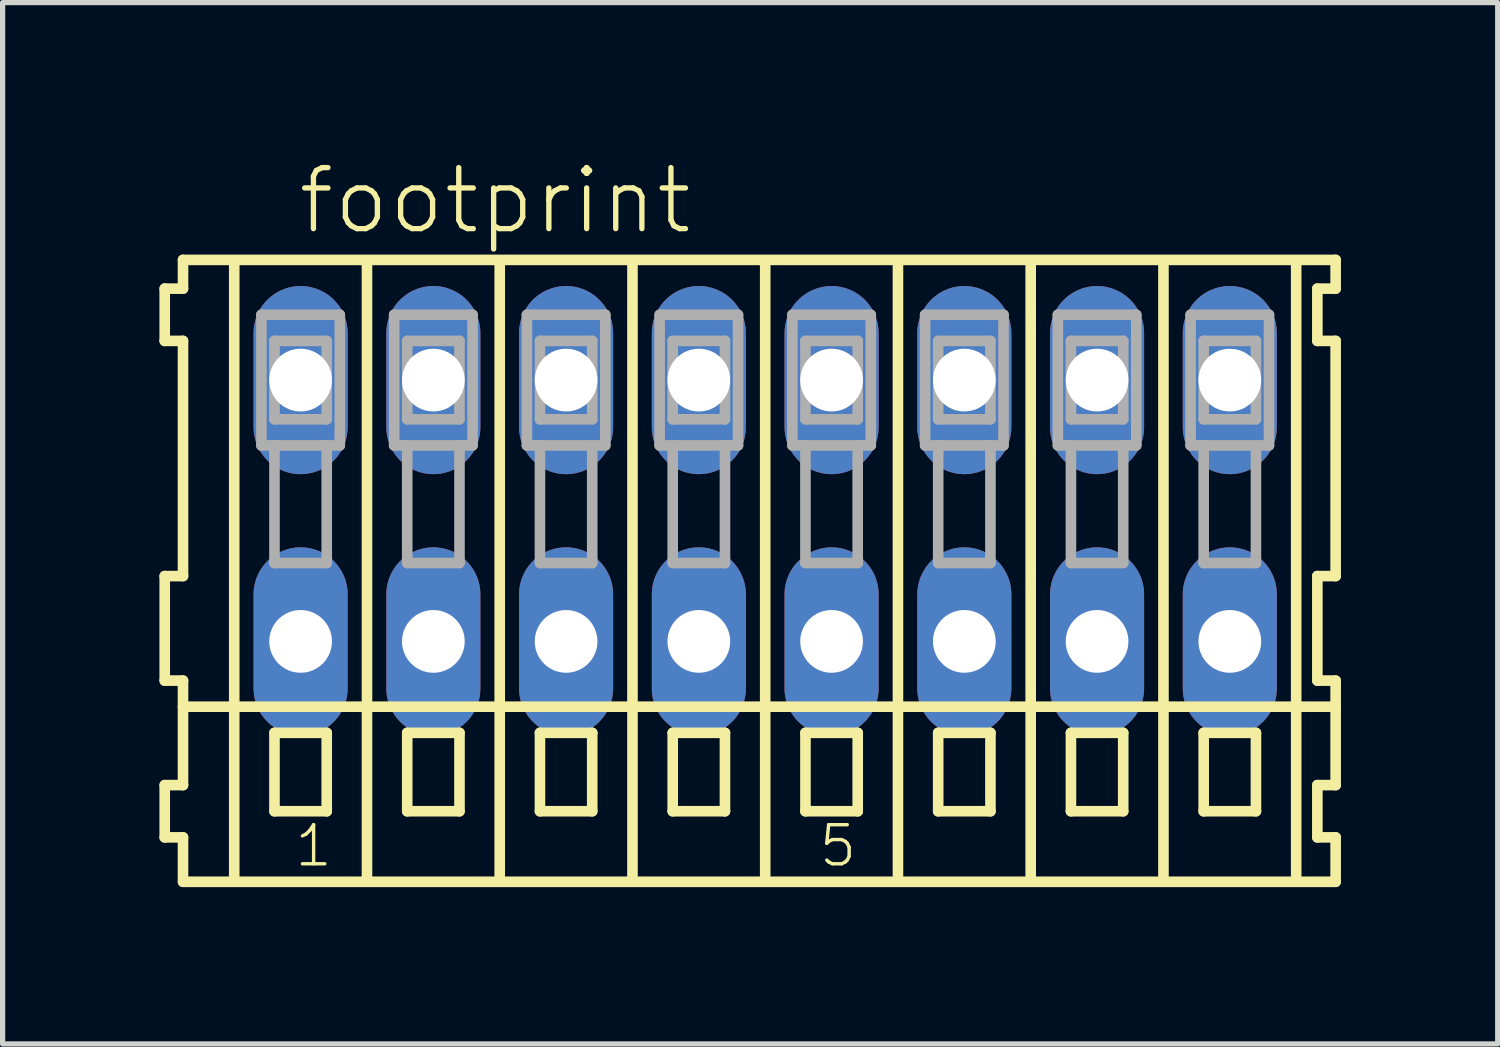
<source format=kicad_pcb>
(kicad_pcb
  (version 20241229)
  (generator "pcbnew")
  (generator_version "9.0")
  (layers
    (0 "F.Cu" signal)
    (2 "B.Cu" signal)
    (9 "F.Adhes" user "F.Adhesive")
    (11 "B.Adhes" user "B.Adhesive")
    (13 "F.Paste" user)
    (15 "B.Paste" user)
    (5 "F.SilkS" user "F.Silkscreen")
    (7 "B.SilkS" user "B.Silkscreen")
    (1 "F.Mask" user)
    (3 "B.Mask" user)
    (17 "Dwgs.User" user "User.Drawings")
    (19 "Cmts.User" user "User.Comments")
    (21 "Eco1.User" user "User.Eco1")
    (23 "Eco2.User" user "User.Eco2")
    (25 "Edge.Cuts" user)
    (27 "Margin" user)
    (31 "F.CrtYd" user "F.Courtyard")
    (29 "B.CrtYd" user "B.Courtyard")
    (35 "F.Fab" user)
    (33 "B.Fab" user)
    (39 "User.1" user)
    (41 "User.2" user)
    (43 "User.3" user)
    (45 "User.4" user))
  (footprint "footprint"
    (layer "F.Cu")
    (at 11.592 6.723)
    (property "Reference" "footprint" (at -8.99 -5.25 0) (layer "F.SilkS") (effects (font (size 1.168 1.168) (thickness 0.102)) (justify left bottom)))
    (fp_line (start -11.49 -4.25) (end -11.49 -3.25) (stroke (width 0.203) (type solid)) (layer "F.SilkS"))
    (fp_line (start -11.49 -3.25) (end -11.14 -3.25) (stroke (width 0.203) (type solid)) (layer "F.SilkS"))
    (fp_line (start -11.49 1.25) (end -11.49 3.25) (stroke (width 0.203) (type solid)) (layer "F.SilkS"))
    (fp_line (start -11.49 3.25) (end -11.14 3.25) (stroke (width 0.203) (type solid)) (layer "F.SilkS"))
    (fp_line (start -11.49 5.25) (end -11.49 6.25) (stroke (width 0.203) (type solid)) (layer "F.SilkS"))
    (fp_line (start -11.49 6.25) (end -11.14 6.25) (stroke (width 0.203) (type solid)) (layer "F.SilkS"))
    (fp_line (start -11.14 -4.8) (end -11.14 -4.25) (stroke (width 0.203) (type solid)) (layer "F.SilkS"))
    (fp_line (start -11.14 -4.25) (end -11.49 -4.25) (stroke (width 0.203) (type solid)) (layer "F.SilkS"))
    (fp_line (start -11.14 -3.25) (end -11.14 1.25) (stroke (width 0.203) (type solid)) (layer "F.SilkS"))
    (fp_line (start -11.14 1.25) (end -11.49 1.25) (stroke (width 0.203) (type solid)) (layer "F.SilkS"))
    (fp_line (start -11.14 3.25) (end -11.14 5.25) (stroke (width 0.203) (type solid)) (layer "F.SilkS"))
    (fp_line (start -11.14 3.75) (end 10.915 3.75) (stroke (width 0.203) (type solid)) (layer "F.SilkS"))
    (fp_line (start -11.14 5.25) (end -11.49 5.25) (stroke (width 0.203) (type solid)) (layer "F.SilkS"))
    (fp_line (start -11.14 6.25) (end -11.14 7.1) (stroke (width 0.203) (type solid)) (layer "F.SilkS"))
    (fp_line (start -11.14 7.1) (end 10.915 7.1) (stroke (width 0.203) (type solid)) (layer "F.SilkS"))
    (fp_line (start -10.16 6.985) (end -10.16 -4.699) (stroke (width 0.203) (type solid)) (layer "F.SilkS"))
    (fp_line (start -9.39 4.25) (end -9.39 5.75) (stroke (width 0.203) (type solid)) (layer "F.SilkS"))
    (fp_line (start -9.39 5.75) (end -8.39 5.75) (stroke (width 0.203) (type solid)) (layer "F.SilkS"))
    (fp_line (start -8.39 4.25) (end -9.39 4.25) (stroke (width 0.203) (type solid)) (layer "F.SilkS"))
    (fp_line (start -8.39 5.75) (end -8.39 4.25) (stroke (width 0.203) (type solid)) (layer "F.SilkS"))
    (fp_line (start -7.62 6.985) (end -7.62 -4.699) (stroke (width 0.203) (type solid)) (layer "F.SilkS"))
    (fp_line (start -6.85 4.25) (end -6.85 5.75) (stroke (width 0.203) (type solid)) (layer "F.SilkS"))
    (fp_line (start -6.85 5.75) (end -5.85 5.75) (stroke (width 0.203) (type solid)) (layer "F.SilkS"))
    (fp_line (start -5.85 4.25) (end -6.85 4.25) (stroke (width 0.203) (type solid)) (layer "F.SilkS"))
    (fp_line (start -5.85 5.75) (end -5.85 4.25) (stroke (width 0.203) (type solid)) (layer "F.SilkS"))
    (fp_line (start -5.08 6.985) (end -5.08 -4.699) (stroke (width 0.203) (type solid)) (layer "F.SilkS"))
    (fp_line (start -4.31 4.25) (end -4.31 5.75) (stroke (width 0.203) (type solid)) (layer "F.SilkS"))
    (fp_line (start -4.31 5.75) (end -3.31 5.75) (stroke (width 0.203) (type solid)) (layer "F.SilkS"))
    (fp_line (start -3.31 4.25) (end -4.31 4.25) (stroke (width 0.203) (type solid)) (layer "F.SilkS"))
    (fp_line (start -3.31 5.75) (end -3.31 4.25) (stroke (width 0.203) (type solid)) (layer "F.SilkS"))
    (fp_line (start -2.54 6.985) (end -2.54 -4.699) (stroke (width 0.203) (type solid)) (layer "F.SilkS"))
    (fp_line (start -1.77 4.25) (end -1.77 5.75) (stroke (width 0.203) (type solid)) (layer "F.SilkS"))
    (fp_line (start -1.77 5.75) (end -0.77 5.75) (stroke (width 0.203) (type solid)) (layer "F.SilkS"))
    (fp_line (start -0.77 4.25) (end -1.77 4.25) (stroke (width 0.203) (type solid)) (layer "F.SilkS"))
    (fp_line (start -0.77 5.75) (end -0.77 4.25) (stroke (width 0.203) (type solid)) (layer "F.SilkS"))
    (fp_line (start 0 6.985) (end 0 -4.699) (stroke (width 0.203) (type solid)) (layer "F.SilkS"))
    (fp_line (start 0.77 4.25) (end 0.77 5.75) (stroke (width 0.203) (type solid)) (layer "F.SilkS"))
    (fp_line (start 0.77 5.75) (end 1.77 5.75) (stroke (width 0.203) (type solid)) (layer "F.SilkS"))
    (fp_line (start 1.77 4.25) (end 0.77 4.25) (stroke (width 0.203) (type solid)) (layer "F.SilkS"))
    (fp_line (start 1.77 5.75) (end 1.77 4.25) (stroke (width 0.203) (type solid)) (layer "F.SilkS"))
    (fp_line (start 2.54 6.985) (end 2.54 -4.699) (stroke (width 0.203) (type solid)) (layer "F.SilkS"))
    (fp_line (start 3.31 4.25) (end 3.31 5.75) (stroke (width 0.203) (type solid)) (layer "F.SilkS"))
    (fp_line (start 3.31 5.75) (end 4.31 5.75) (stroke (width 0.203) (type solid)) (layer "F.SilkS"))
    (fp_line (start 4.31 4.25) (end 3.31 4.25) (stroke (width 0.203) (type solid)) (layer "F.SilkS"))
    (fp_line (start 4.31 5.75) (end 4.31 4.25) (stroke (width 0.203) (type solid)) (layer "F.SilkS"))
    (fp_line (start 5.08 6.985) (end 5.08 -4.699) (stroke (width 0.203) (type solid)) (layer "F.SilkS"))
    (fp_line (start 5.85 4.25) (end 5.85 5.75) (stroke (width 0.203) (type solid)) (layer "F.SilkS"))
    (fp_line (start 5.85 5.75) (end 6.85 5.75) (stroke (width 0.203) (type solid)) (layer "F.SilkS"))
    (fp_line (start 6.85 4.25) (end 5.85 4.25) (stroke (width 0.203) (type solid)) (layer "F.SilkS"))
    (fp_line (start 6.85 5.75) (end 6.85 4.25) (stroke (width 0.203) (type solid)) (layer "F.SilkS"))
    (fp_line (start 7.62 6.985) (end 7.62 -4.699) (stroke (width 0.203) (type solid)) (layer "F.SilkS"))
    (fp_line (start 8.39 4.25) (end 8.39 5.75) (stroke (width 0.203) (type solid)) (layer "F.SilkS"))
    (fp_line (start 8.39 5.75) (end 9.39 5.75) (stroke (width 0.203) (type solid)) (layer "F.SilkS"))
    (fp_line (start 9.39 4.25) (end 8.39 4.25) (stroke (width 0.203) (type solid)) (layer "F.SilkS"))
    (fp_line (start 9.39 5.75) (end 9.39 4.25) (stroke (width 0.203) (type solid)) (layer "F.SilkS"))
    (fp_line (start 10.16 6.985) (end 10.16 -4.699) (stroke (width 0.203) (type solid)) (layer "F.SilkS"))
    (fp_line (start 10.565 -4.25) (end 10.565 -3.25) (stroke (width 0.203) (type solid)) (layer "F.SilkS"))
    (fp_line (start 10.565 -3.25) (end 10.915 -3.25) (stroke (width 0.203) (type solid)) (layer "F.SilkS"))
    (fp_line (start 10.565 1.25) (end 10.565 3.25) (stroke (width 0.203) (type solid)) (layer "F.SilkS"))
    (fp_line (start 10.565 3.25) (end 10.915 3.25) (stroke (width 0.203) (type solid)) (layer "F.SilkS"))
    (fp_line (start 10.565 5.25) (end 10.565 6.25) (stroke (width 0.203) (type solid)) (layer "F.SilkS"))
    (fp_line (start 10.565 6.25) (end 10.915 6.25) (stroke (width 0.203) (type solid)) (layer "F.SilkS"))
    (fp_line (start 10.915 -4.8) (end -11.14 -4.8) (stroke (width 0.203) (type solid)) (layer "F.SilkS"))
    (fp_line (start 10.915 -4.25) (end 10.565 -4.25) (stroke (width 0.203) (type solid)) (layer "F.SilkS"))
    (fp_line (start 10.915 -4.25) (end 10.915 -4.8) (stroke (width 0.203) (type solid)) (layer "F.SilkS"))
    (fp_line (start 10.915 1.25) (end 10.565 1.25) (stroke (width 0.203) (type solid)) (layer "F.SilkS"))
    (fp_line (start 10.915 1.25) (end 10.915 -3.25) (stroke (width 0.203) (type solid)) (layer "F.SilkS"))
    (fp_line (start 10.915 3.75) (end 10.915 3.25) (stroke (width 0.203) (type solid)) (layer "F.SilkS"))
    (fp_line (start 10.915 5.25) (end 10.565 5.25) (stroke (width 0.203) (type solid)) (layer "F.SilkS"))
    (fp_line (start 10.915 5.25) (end 10.915 3.75) (stroke (width 0.203) (type solid)) (layer "F.SilkS"))
    (fp_line (start 10.915 7.1) (end 10.915 6.25) (stroke (width 0.203) (type solid)) (layer "F.SilkS"))
    (fp_line (start -9.64 -3.75) (end -9.64 -1.25) (stroke (width 0.203) (type solid)) (layer "F.Fab"))
    (fp_line (start -9.64 -1.25) (end -9.39 -1.25) (stroke (width 0.203) (type solid)) (layer "F.Fab"))
    (fp_line (start -9.39 -3.25) (end -9.39 -1.75) (stroke (width 0.203) (type solid)) (layer "F.Fab"))
    (fp_line (start -9.39 -1.75) (end -8.39 -1.75) (stroke (width 0.203) (type solid)) (layer "F.Fab"))
    (fp_line (start -9.39 -1.25) (end -9.39 1) (stroke (width 0.203) (type solid)) (layer "F.Fab"))
    (fp_line (start -9.39 -1.25) (end -8.39 -1.25) (stroke (width 0.203) (type solid)) (layer "F.Fab"))
    (fp_line (start -9.39 1) (end -8.39 1) (stroke (width 0.203) (type solid)) (layer "F.Fab"))
    (fp_line (start -8.39 -3.25) (end -9.39 -3.25) (stroke (width 0.203) (type solid)) (layer "F.Fab"))
    (fp_line (start -8.39 -1.75) (end -8.39 -3.25) (stroke (width 0.203) (type solid)) (layer "F.Fab"))
    (fp_line (start -8.39 -1.25) (end -8.14 -1.25) (stroke (width 0.203) (type solid)) (layer "F.Fab"))
    (fp_line (start -8.39 1) (end -8.39 -1.25) (stroke (width 0.203) (type solid)) (layer "F.Fab"))
    (fp_line (start -8.14 -3.75) (end -9.64 -3.75) (stroke (width 0.203) (type solid)) (layer "F.Fab"))
    (fp_line (start -8.14 -1.25) (end -8.14 -3.75) (stroke (width 0.203) (type solid)) (layer "F.Fab"))
    (fp_line (start -7.1 -3.75) (end -7.1 -1.25) (stroke (width 0.203) (type solid)) (layer "F.Fab"))
    (fp_line (start -7.1 -1.25) (end -6.85 -1.25) (stroke (width 0.203) (type solid)) (layer "F.Fab"))
    (fp_line (start -6.85 -3.25) (end -6.85 -1.75) (stroke (width 0.203) (type solid)) (layer "F.Fab"))
    (fp_line (start -6.85 -1.75) (end -5.85 -1.75) (stroke (width 0.203) (type solid)) (layer "F.Fab"))
    (fp_line (start -6.85 -1.25) (end -6.85 1) (stroke (width 0.203) (type solid)) (layer "F.Fab"))
    (fp_line (start -6.85 -1.25) (end -5.85 -1.25) (stroke (width 0.203) (type solid)) (layer "F.Fab"))
    (fp_line (start -6.85 1) (end -5.85 1) (stroke (width 0.203) (type solid)) (layer "F.Fab"))
    (fp_line (start -5.85 -3.25) (end -6.85 -3.25) (stroke (width 0.203) (type solid)) (layer "F.Fab"))
    (fp_line (start -5.85 -1.75) (end -5.85 -3.25) (stroke (width 0.203) (type solid)) (layer "F.Fab"))
    (fp_line (start -5.85 -1.25) (end -5.6 -1.25) (stroke (width 0.203) (type solid)) (layer "F.Fab"))
    (fp_line (start -5.85 1) (end -5.85 -1.25) (stroke (width 0.203) (type solid)) (layer "F.Fab"))
    (fp_line (start -5.6 -3.75) (end -7.1 -3.75) (stroke (width 0.203) (type solid)) (layer "F.Fab"))
    (fp_line (start -5.6 -1.25) (end -5.6 -3.75) (stroke (width 0.203) (type solid)) (layer "F.Fab"))
    (fp_line (start -4.56 -3.75) (end -4.56 -1.25) (stroke (width 0.203) (type solid)) (layer "F.Fab"))
    (fp_line (start -4.56 -1.25) (end -4.31 -1.25) (stroke (width 0.203) (type solid)) (layer "F.Fab"))
    (fp_line (start -4.31 -3.25) (end -4.31 -1.75) (stroke (width 0.203) (type solid)) (layer "F.Fab"))
    (fp_line (start -4.31 -1.75) (end -3.31 -1.75) (stroke (width 0.203) (type solid)) (layer "F.Fab"))
    (fp_line (start -4.31 -1.25) (end -4.31 1) (stroke (width 0.203) (type solid)) (layer "F.Fab"))
    (fp_line (start -4.31 -1.25) (end -3.31 -1.25) (stroke (width 0.203) (type solid)) (layer "F.Fab"))
    (fp_line (start -4.31 1) (end -3.31 1) (stroke (width 0.203) (type solid)) (layer "F.Fab"))
    (fp_line (start -3.31 -3.25) (end -4.31 -3.25) (stroke (width 0.203) (type solid)) (layer "F.Fab"))
    (fp_line (start -3.31 -1.75) (end -3.31 -3.25) (stroke (width 0.203) (type solid)) (layer "F.Fab"))
    (fp_line (start -3.31 -1.25) (end -3.06 -1.25) (stroke (width 0.203) (type solid)) (layer "F.Fab"))
    (fp_line (start -3.31 1) (end -3.31 -1.25) (stroke (width 0.203) (type solid)) (layer "F.Fab"))
    (fp_line (start -3.06 -3.75) (end -4.56 -3.75) (stroke (width 0.203) (type solid)) (layer "F.Fab"))
    (fp_line (start -3.06 -1.25) (end -3.06 -3.75) (stroke (width 0.203) (type solid)) (layer "F.Fab"))
    (fp_line (start -2.02 -3.75) (end -2.02 -1.25) (stroke (width 0.203) (type solid)) (layer "F.Fab"))
    (fp_line (start -2.02 -1.25) (end -1.77 -1.25) (stroke (width 0.203) (type solid)) (layer "F.Fab"))
    (fp_line (start -1.77 -3.25) (end -1.77 -1.75) (stroke (width 0.203) (type solid)) (layer "F.Fab"))
    (fp_line (start -1.77 -1.75) (end -0.77 -1.75) (stroke (width 0.203) (type solid)) (layer "F.Fab"))
    (fp_line (start -1.77 -1.25) (end -1.77 1) (stroke (width 0.203) (type solid)) (layer "F.Fab"))
    (fp_line (start -1.77 -1.25) (end -0.77 -1.25) (stroke (width 0.203) (type solid)) (layer "F.Fab"))
    (fp_line (start -1.77 1) (end -0.77 1) (stroke (width 0.203) (type solid)) (layer "F.Fab"))
    (fp_line (start -0.77 -3.25) (end -1.77 -3.25) (stroke (width 0.203) (type solid)) (layer "F.Fab"))
    (fp_line (start -0.77 -1.75) (end -0.77 -3.25) (stroke (width 0.203) (type solid)) (layer "F.Fab"))
    (fp_line (start -0.77 -1.25) (end -0.52 -1.25) (stroke (width 0.203) (type solid)) (layer "F.Fab"))
    (fp_line (start -0.77 1) (end -0.77 -1.25) (stroke (width 0.203) (type solid)) (layer "F.Fab"))
    (fp_line (start -0.52 -3.75) (end -2.02 -3.75) (stroke (width 0.203) (type solid)) (layer "F.Fab"))
    (fp_line (start -0.52 -1.25) (end -0.52 -3.75) (stroke (width 0.203) (type solid)) (layer "F.Fab"))
    (fp_line (start 0.52 -3.75) (end 0.52 -1.25) (stroke (width 0.203) (type solid)) (layer "F.Fab"))
    (fp_line (start 0.52 -1.25) (end 0.77 -1.25) (stroke (width 0.203) (type solid)) (layer "F.Fab"))
    (fp_line (start 0.77 -3.25) (end 0.77 -1.75) (stroke (width 0.203) (type solid)) (layer "F.Fab"))
    (fp_line (start 0.77 -1.75) (end 1.77 -1.75) (stroke (width 0.203) (type solid)) (layer "F.Fab"))
    (fp_line (start 0.77 -1.25) (end 0.77 1) (stroke (width 0.203) (type solid)) (layer "F.Fab"))
    (fp_line (start 0.77 -1.25) (end 1.77 -1.25) (stroke (width 0.203) (type solid)) (layer "F.Fab"))
    (fp_line (start 0.77 1) (end 1.77 1) (stroke (width 0.203) (type solid)) (layer "F.Fab"))
    (fp_line (start 1.77 -3.25) (end 0.77 -3.25) (stroke (width 0.203) (type solid)) (layer "F.Fab"))
    (fp_line (start 1.77 -1.75) (end 1.77 -3.25) (stroke (width 0.203) (type solid)) (layer "F.Fab"))
    (fp_line (start 1.77 -1.25) (end 2.02 -1.25) (stroke (width 0.203) (type solid)) (layer "F.Fab"))
    (fp_line (start 1.77 1) (end 1.77 -1.25) (stroke (width 0.203) (type solid)) (layer "F.Fab"))
    (fp_line (start 2.02 -3.75) (end 0.52 -3.75) (stroke (width 0.203) (type solid)) (layer "F.Fab"))
    (fp_line (start 2.02 -1.25) (end 2.02 -3.75) (stroke (width 0.203) (type solid)) (layer "F.Fab"))
    (fp_line (start 3.06 -3.75) (end 3.06 -1.25) (stroke (width 0.203) (type solid)) (layer "F.Fab"))
    (fp_line (start 3.06 -1.25) (end 3.31 -1.25) (stroke (width 0.203) (type solid)) (layer "F.Fab"))
    (fp_line (start 3.31 -3.25) (end 3.31 -1.75) (stroke (width 0.203) (type solid)) (layer "F.Fab"))
    (fp_line (start 3.31 -1.75) (end 4.31 -1.75) (stroke (width 0.203) (type solid)) (layer "F.Fab"))
    (fp_line (start 3.31 -1.25) (end 3.31 1) (stroke (width 0.203) (type solid)) (layer "F.Fab"))
    (fp_line (start 3.31 -1.25) (end 4.31 -1.25) (stroke (width 0.203) (type solid)) (layer "F.Fab"))
    (fp_line (start 3.31 1) (end 4.31 1) (stroke (width 0.203) (type solid)) (layer "F.Fab"))
    (fp_line (start 4.31 -3.25) (end 3.31 -3.25) (stroke (width 0.203) (type solid)) (layer "F.Fab"))
    (fp_line (start 4.31 -1.75) (end 4.31 -3.25) (stroke (width 0.203) (type solid)) (layer "F.Fab"))
    (fp_line (start 4.31 -1.25) (end 4.56 -1.25) (stroke (width 0.203) (type solid)) (layer "F.Fab"))
    (fp_line (start 4.31 1) (end 4.31 -1.25) (stroke (width 0.203) (type solid)) (layer "F.Fab"))
    (fp_line (start 4.56 -3.75) (end 3.06 -3.75) (stroke (width 0.203) (type solid)) (layer "F.Fab"))
    (fp_line (start 4.56 -1.25) (end 4.56 -3.75) (stroke (width 0.203) (type solid)) (layer "F.Fab"))
    (fp_line (start 5.6 -3.75) (end 5.6 -1.25) (stroke (width 0.203) (type solid)) (layer "F.Fab"))
    (fp_line (start 5.6 -1.25) (end 5.85 -1.25) (stroke (width 0.203) (type solid)) (layer "F.Fab"))
    (fp_line (start 5.85 -3.25) (end 5.85 -1.75) (stroke (width 0.203) (type solid)) (layer "F.Fab"))
    (fp_line (start 5.85 -1.75) (end 6.85 -1.75) (stroke (width 0.203) (type solid)) (layer "F.Fab"))
    (fp_line (start 5.85 -1.25) (end 5.85 1) (stroke (width 0.203) (type solid)) (layer "F.Fab"))
    (fp_line (start 5.85 -1.25) (end 6.85 -1.25) (stroke (width 0.203) (type solid)) (layer "F.Fab"))
    (fp_line (start 5.85 1) (end 6.85 1) (stroke (width 0.203) (type solid)) (layer "F.Fab"))
    (fp_line (start 6.85 -3.25) (end 5.85 -3.25) (stroke (width 0.203) (type solid)) (layer "F.Fab"))
    (fp_line (start 6.85 -1.75) (end 6.85 -3.25) (stroke (width 0.203) (type solid)) (layer "F.Fab"))
    (fp_line (start 6.85 -1.25) (end 7.1 -1.25) (stroke (width 0.203) (type solid)) (layer "F.Fab"))
    (fp_line (start 6.85 1) (end 6.85 -1.25) (stroke (width 0.203) (type solid)) (layer "F.Fab"))
    (fp_line (start 7.1 -3.75) (end 5.6 -3.75) (stroke (width 0.203) (type solid)) (layer "F.Fab"))
    (fp_line (start 7.1 -1.25) (end 7.1 -3.75) (stroke (width 0.203) (type solid)) (layer "F.Fab"))
    (fp_line (start 8.14 -3.75) (end 8.14 -1.25) (stroke (width 0.203) (type solid)) (layer "F.Fab"))
    (fp_line (start 8.14 -1.25) (end 8.39 -1.25) (stroke (width 0.203) (type solid)) (layer "F.Fab"))
    (fp_line (start 8.39 -3.25) (end 8.39 -1.75) (stroke (width 0.203) (type solid)) (layer "F.Fab"))
    (fp_line (start 8.39 -1.75) (end 9.39 -1.75) (stroke (width 0.203) (type solid)) (layer "F.Fab"))
    (fp_line (start 8.39 -1.25) (end 8.39 1) (stroke (width 0.203) (type solid)) (layer "F.Fab"))
    (fp_line (start 8.39 -1.25) (end 9.39 -1.25) (stroke (width 0.203) (type solid)) (layer "F.Fab"))
    (fp_line (start 8.39 1) (end 9.39 1) (stroke (width 0.203) (type solid)) (layer "F.Fab"))
    (fp_line (start 9.39 -3.25) (end 8.39 -3.25) (stroke (width 0.203) (type solid)) (layer "F.Fab"))
    (fp_line (start 9.39 -1.75) (end 9.39 -3.25) (stroke (width 0.203) (type solid)) (layer "F.Fab"))
    (fp_line (start 9.39 -1.25) (end 9.64 -1.25) (stroke (width 0.203) (type solid)) (layer "F.Fab"))
    (fp_line (start 9.39 1) (end 9.39 -1.25) (stroke (width 0.203) (type solid)) (layer "F.Fab"))
    (fp_line (start 9.64 -3.75) (end 8.14 -3.75) (stroke (width 0.203) (type solid)) (layer "F.Fab"))
    (fp_line (start 9.64 -1.25) (end 9.64 -3.75) (stroke (width 0.203) (type solid)) (layer "F.Fab"))
    (fp_text user "5" (at 0.993 6.85 0) (layer "F.SilkS") (effects (font (size 0.748 0.748) (thickness 0.065)) (justify left bottom)))
    (fp_text user "1" (at -9.04 6.85 0) (layer "F.SilkS") (effects (font (size 0.748 0.748) (thickness 0.065)) (justify left bottom)))
    (pad "A1" thru_hole oval (at -8.89 -2.5 90) (size 3.6 1.8) (drill 1.2) (layers "*.Cu" "*.Mask"))
    (pad "A2" thru_hole oval (at -6.35 -2.5 90) (size 3.6 1.8) (drill 1.2) (layers "*.Cu" "*.Mask"))
    (pad "A3" thru_hole oval (at -3.81 -2.5 90) (size 3.6 1.8) (drill 1.2) (layers "*.Cu" "*.Mask"))
    (pad "A4" thru_hole oval (at -1.27 -2.5 90) (size 3.6 1.8) (drill 1.2) (layers "*.Cu" "*.Mask"))
    (pad "A5" thru_hole oval (at 1.27 -2.5 90) (size 3.6 1.8) (drill 1.2) (layers "*.Cu" "*.Mask"))
    (pad "A6" thru_hole oval (at 3.81 -2.5 90) (size 3.6 1.8) (drill 1.2) (layers "*.Cu" "*.Mask"))
    (pad "A7" thru_hole oval (at 6.35 -2.5 90) (size 3.6 1.8) (drill 1.2) (layers "*.Cu" "*.Mask"))
    (pad "A8" thru_hole oval (at 8.89 -2.5 90) (size 3.6 1.8) (drill 1.2) (layers "*.Cu" "*.Mask"))
    (pad "B1" thru_hole oval (at -8.89 2.5 90) (size 3.6 1.8) (drill 1.2) (layers "*.Cu" "*.Mask"))
    (pad "B2" thru_hole oval (at -6.35 2.5 90) (size 3.6 1.8) (drill 1.2) (layers "*.Cu" "*.Mask"))
    (pad "B3" thru_hole oval (at -3.81 2.5 90) (size 3.6 1.8) (drill 1.2) (layers "*.Cu" "*.Mask"))
    (pad "B4" thru_hole oval (at -1.27 2.5 90) (size 3.6 1.8) (drill 1.2) (layers "*.Cu" "*.Mask"))
    (pad "B5" thru_hole oval (at 1.27 2.5 90) (size 3.6 1.8) (drill 1.2) (layers "*.Cu" "*.Mask"))
    (pad "B6" thru_hole oval (at 3.81 2.5 90) (size 3.6 1.8) (drill 1.2) (layers "*.Cu" "*.Mask"))
    (pad "B7" thru_hole oval (at 6.35 2.5 90) (size 3.6 1.8) (drill 1.2) (layers "*.Cu" "*.Mask"))
    (pad "B8" thru_hole oval (at 8.89 2.5 90) (size 3.6 1.8) (drill 1.2) (layers "*.Cu" "*.Mask")))
  (gr_rect
    (start -3 -3)
    (end 25.608 16.925)
    (stroke (width 0.1) (type default))
    (fill no)
    (layer "Edge.Cuts")))
</source>
